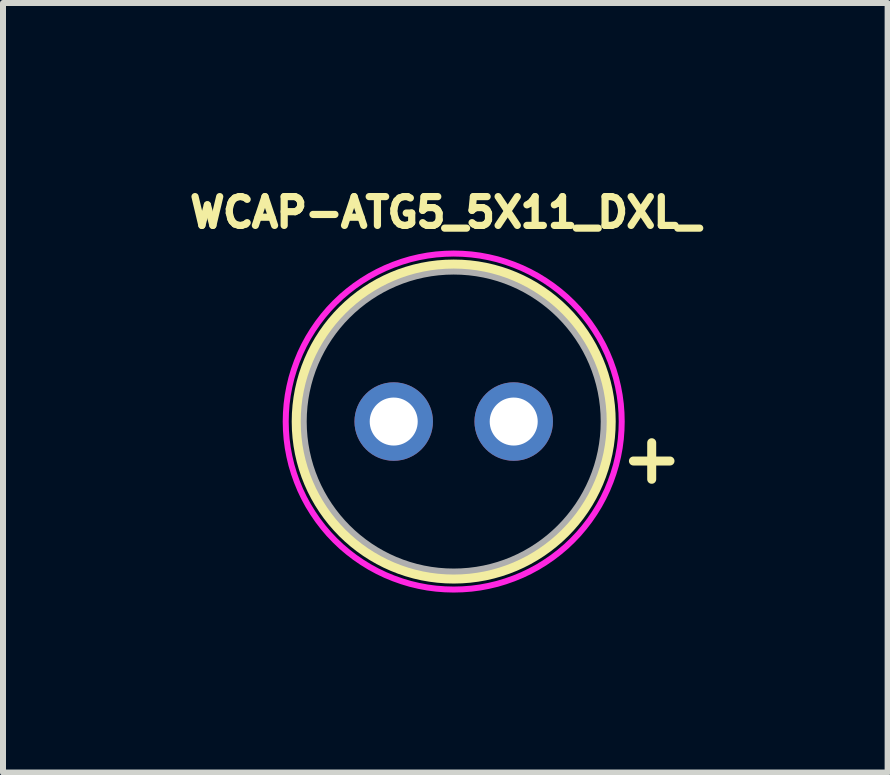
<source format=kicad_pcb>
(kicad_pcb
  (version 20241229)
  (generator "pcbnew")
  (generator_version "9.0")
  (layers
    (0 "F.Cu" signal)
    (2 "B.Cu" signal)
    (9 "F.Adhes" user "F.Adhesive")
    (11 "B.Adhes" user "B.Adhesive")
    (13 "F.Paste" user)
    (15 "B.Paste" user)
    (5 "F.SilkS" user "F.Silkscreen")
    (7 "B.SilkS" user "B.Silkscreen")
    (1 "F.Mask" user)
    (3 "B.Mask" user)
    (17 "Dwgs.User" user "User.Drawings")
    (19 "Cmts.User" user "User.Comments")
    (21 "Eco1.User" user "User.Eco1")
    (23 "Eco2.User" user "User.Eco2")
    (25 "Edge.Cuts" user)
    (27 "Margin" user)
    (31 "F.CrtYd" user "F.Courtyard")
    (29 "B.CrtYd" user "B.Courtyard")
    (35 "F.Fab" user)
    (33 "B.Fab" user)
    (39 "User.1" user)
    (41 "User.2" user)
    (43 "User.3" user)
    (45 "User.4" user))
  (footprint "WCAP-ATG5_5X11_DXL_"
    (layer "F.Cu")
    (at 4.512 3.976)
    (property "Reference" "WCAP-ATG5_5X11_DXL_" (at -0.14 -3.485 0) (layer "F.SilkS") (effects (font (size 0.48 0.48) (thickness 0.15))))
    (attr through_hole)
    (fp_circle (center 0 0) (end 2.6 0) (stroke (width 0.2) (type solid)) (fill no) (layer "F.SilkS"))
    (fp_poly (pts (xy 0 2.8) (xy -0.147 2.796) (xy -0.293 2.785) (xy -0.438 2.766) (xy -0.582 2.739) (xy -0.725 2.705) (xy -0.865 2.663) (xy -1.003 2.614) (xy -1.139 2.558) (xy -1.271 2.495) (xy -1.4 2.425) (xy -1.525 2.348) (xy -1.646 2.265) (xy -1.762 2.176) (xy -1.874 2.081) (xy -1.98 1.98) (xy -2.081 1.874) (xy -2.176 1.762) (xy -2.265 1.646) (xy -2.348 1.525) (xy -2.425 1.4) (xy -2.495 1.271) (xy -2.558 1.139) (xy -2.614 1.003) (xy -2.663 0.865) (xy -2.705 0.725) (xy -2.739 0.582) (xy -2.766 0.438) (xy -2.785 0.293) (xy -2.796 0.147) (xy -2.8 0) (xy -2.796 -0.147) (xy -2.785 -0.293) (xy -2.766 -0.438) (xy -2.739 -0.582) (xy -2.705 -0.725) (xy -2.663 -0.865) (xy -2.614 -1.003) (xy -2.558 -1.139) (xy -2.495 -1.271) (xy -2.425 -1.4) (xy -2.348 -1.525) (xy -2.265 -1.646) (xy -2.176 -1.762) (xy -2.081 -1.874) (xy -1.98 -1.98) (xy -1.874 -2.081) (xy -1.762 -2.176) (xy -1.646 -2.265) (xy -1.525 -2.348) (xy -1.4 -2.425) (xy -1.271 -2.495) (xy -1.139 -2.558) (xy -1.003 -2.614) (xy -0.865 -2.663) (xy -0.725 -2.705) (xy -0.582 -2.739) (xy -0.438 -2.766) (xy -0.293 -2.785) (xy -0.147 -2.796) (xy 0 -2.8) (xy 0.147 -2.796) (xy 0.293 -2.785) (xy 0.438 -2.766) (xy 0.582 -2.739) (xy 0.725 -2.705) (xy 0.865 -2.663) (xy 1.003 -2.614) (xy 1.139 -2.558) (xy 1.271 -2.495) (xy 1.4 -2.425) (xy 1.525 -2.348) (xy 1.646 -2.265) (xy 1.762 -2.176) (xy 1.874 -2.081) (xy 1.98 -1.98) (xy 2.081 -1.874) (xy 2.176 -1.762) (xy 2.265 -1.646) (xy 2.348 -1.525) (xy 2.425 -1.4) (xy 2.495 -1.271) (xy 2.558 -1.139) (xy 2.614 -1.003) (xy 2.663 -0.865) (xy 2.705 -0.725) (xy 2.739 -0.582) (xy 2.766 -0.438) (xy 2.785 -0.293) (xy 2.796 -0.147) (xy 2.8 0) (xy 2.796 0.147) (xy 2.785 0.293) (xy 2.766 0.438) (xy 2.739 0.582) (xy 2.705 0.725) (xy 2.663 0.865) (xy 2.614 1.003) (xy 2.558 1.139) (xy 2.495 1.271) (xy 2.425 1.4) (xy 2.348 1.525) (xy 2.265 1.646) (xy 2.176 1.762) (xy 2.081 1.874) (xy 1.98 1.98) (xy 1.874 2.081) (xy 1.762 2.176) (xy 1.646 2.265) (xy 1.525 2.348) (xy 1.4 2.425) (xy 1.271 2.495) (xy 1.139 2.558) (xy 1.003 2.614) (xy 0.865 2.663) (xy 0.725 2.705) (xy 0.582 2.739) (xy 0.438 2.766) (xy 0.293 2.785) (xy 0.147 2.796) (xy 0 2.8)) (stroke (width 0.1) (type solid)) (fill no) (layer "F.CrtYd"))
    (fp_circle (center 0 0) (end 2.5 0) (stroke (width 0.1) (type solid)) (fill no) (layer "F.Fab"))
    (fp_text user "+" (at 3.3 0.6 0) (layer "F.SilkS") (effects (font (size 0.8 0.8) (thickness 0.15))))
    (pad "1" thru_hole circle (at 1 0) (size 1.308 1.308) (drill 0.8) (layers "*.Cu" "*.Mask"))
    (pad "2" thru_hole circle (at -1 0) (size 1.308 1.308) (drill 0.8) (layers "*.Cu" "*.Mask")))
  (gr_rect
    (start -3 -3)
    (end 11.744 9.826)
    (stroke (width 0.1) (type default))
    (fill no)
    (layer "Edge.Cuts")))
</source>
